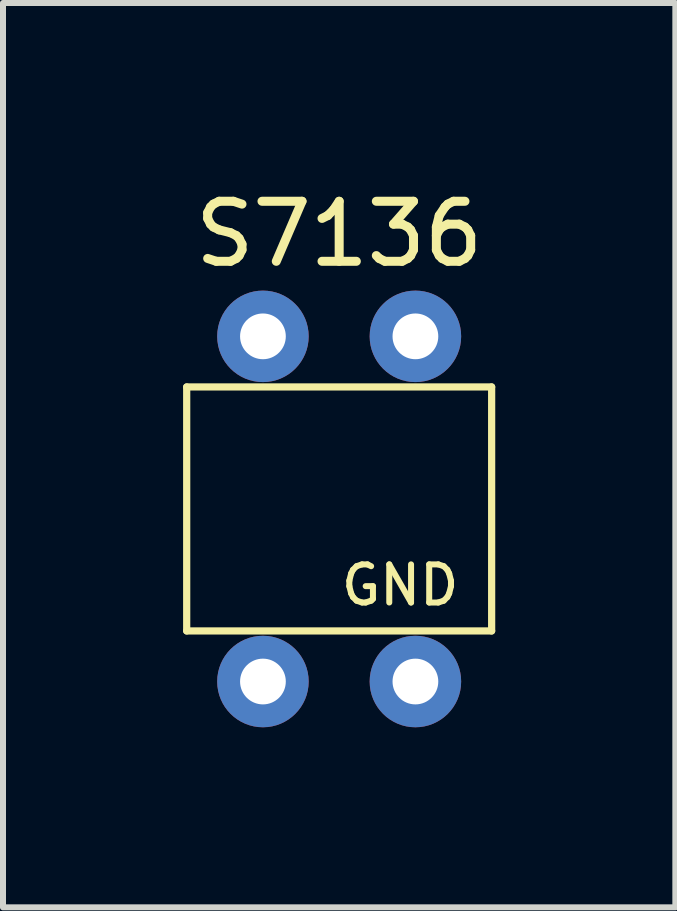
<source format=kicad_pcb>
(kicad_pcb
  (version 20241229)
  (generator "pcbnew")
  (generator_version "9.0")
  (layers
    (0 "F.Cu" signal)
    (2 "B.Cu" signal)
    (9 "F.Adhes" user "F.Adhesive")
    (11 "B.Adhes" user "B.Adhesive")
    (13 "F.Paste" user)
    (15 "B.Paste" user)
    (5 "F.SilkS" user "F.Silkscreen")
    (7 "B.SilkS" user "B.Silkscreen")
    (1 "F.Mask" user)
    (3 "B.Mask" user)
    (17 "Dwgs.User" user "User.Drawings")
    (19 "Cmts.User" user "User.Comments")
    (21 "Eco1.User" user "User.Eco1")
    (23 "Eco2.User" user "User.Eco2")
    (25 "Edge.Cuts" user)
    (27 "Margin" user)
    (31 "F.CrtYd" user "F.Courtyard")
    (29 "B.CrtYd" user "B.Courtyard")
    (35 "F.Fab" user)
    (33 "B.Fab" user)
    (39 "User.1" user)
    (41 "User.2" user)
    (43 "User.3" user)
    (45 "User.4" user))
  (footprint "S7136"
    (layer "F.Cu")
    (at 2.6 5.428)
    (property "Reference" "S7136" (at 0 -4.58 0) (layer "F.SilkS") (effects (font (size 1 1) (thickness 0.15))))
    (attr through_hole)
    (fp_line (start -2.54 -2.032) (end 2.54 -2.032) (stroke (width 0.12) (type solid)) (layer "F.SilkS"))
    (fp_line (start -2.54 2.032) (end -2.54 -2.032) (stroke (width 0.12) (type solid)) (layer "F.SilkS"))
    (fp_line (start 2.54 -2.032) (end 2.54 2.032) (stroke (width 0.12) (type solid)) (layer "F.SilkS"))
    (fp_line (start 2.54 2.032) (end -2.54 2.032) (stroke (width 0.12) (type solid)) (layer "F.SilkS"))
    (fp_text user "GND" (at 1.016 1.27 0) (layer "F.SilkS") (effects (font (size 0.635 0.635) (thickness 0.1))))
    (pad "1" thru_hole circle (at 1.27 -2.875) (size 1.524 1.524) (drill 0.762) (layers "*.Cu" "*.Mask"))
    (pad "2" thru_hole circle (at -1.27 -2.875) (size 1.524 1.524) (drill 0.762) (layers "*.Cu" "*.Mask"))
    (pad "3" thru_hole circle (at -1.27 2.875) (size 1.524 1.524) (drill 0.762) (layers "*.Cu" "*.Mask"))
    (pad "4" thru_hole circle (at 1.27 2.875) (size 1.524 1.524) (drill 0.762) (layers "*.Cu" "*.Mask")))
  (gr_rect
    (start -3 -3)
    (end 8.2 12.065)
    (stroke (width 0.1) (type default))
    (fill no)
    (layer "Edge.Cuts")))
</source>
